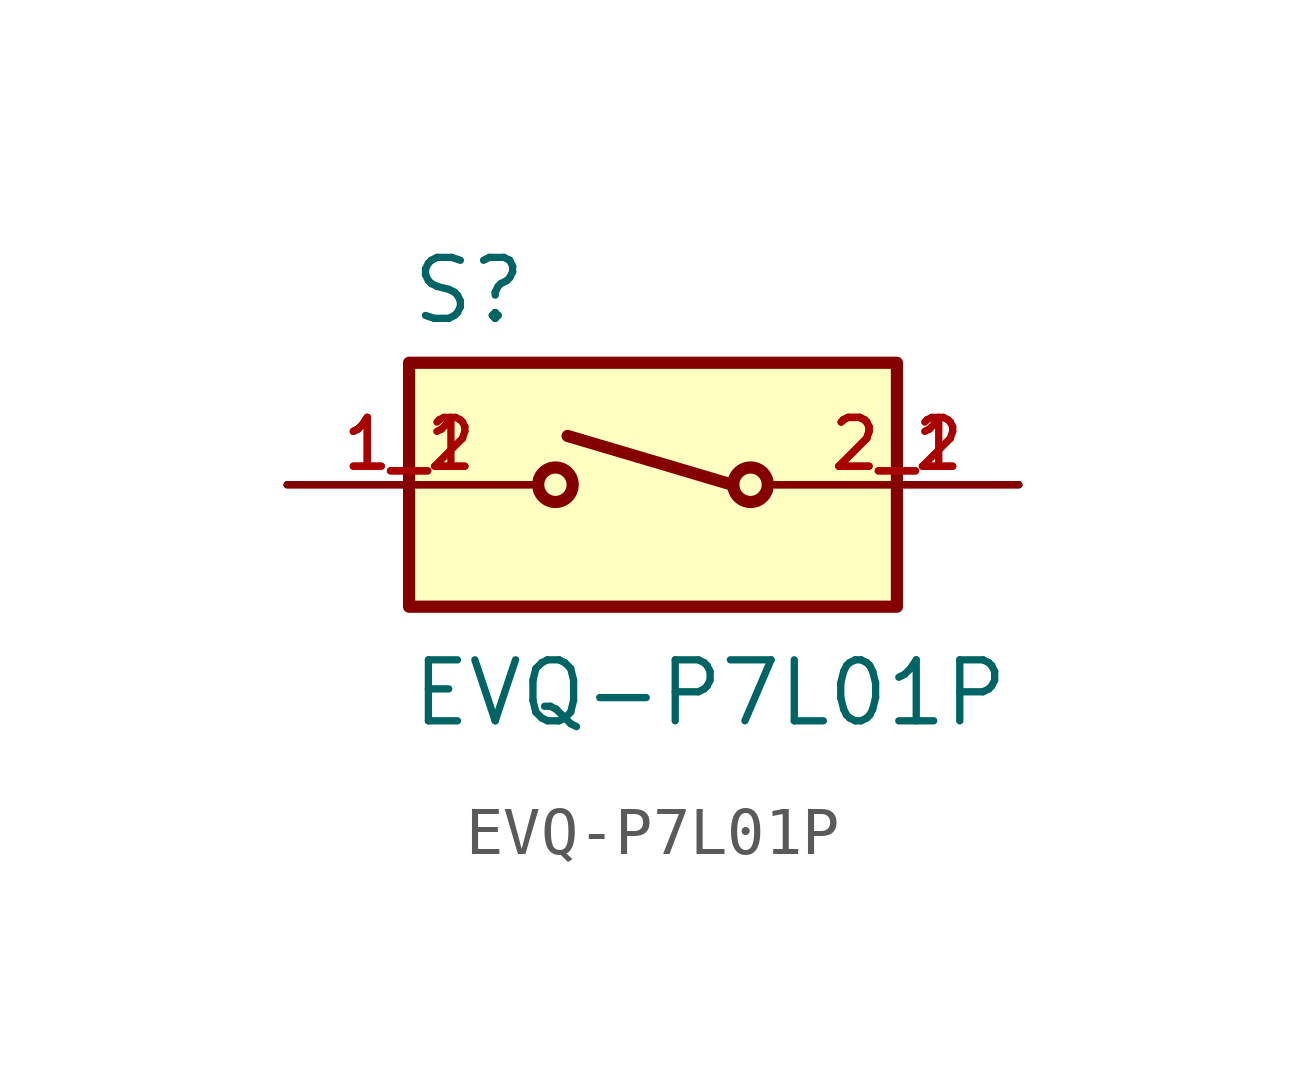
<source format=kicad_sym>
(kicad_symbol_lib
  (version 20211014)
  (generator kicad_symbol_editor)
  (symbol "EVQ-P7L01P"
    (pin_names
      (offset 1.016))
    (property "Reference" "S"
      (at -5.08 3.302 0)
      (effects (font (size 1.27 1.27)) (justify bottom left)))
    (property "Value" "EVQ-P7L01P"
      (at -5.08 -5.08 0)
      (effects (font (size 1.27 1.27)) (justify bottom left)))
    (symbol "EVQ-P7L01P_0_0"
      (circle (center -2.032 0.0) (radius 0.359) (stroke (width 0.254)) (fill (type none)))
      (circle (center 2.032 0.0) (radius 0.359) (stroke (width 0.254)) (fill (type none)))
      (polyline (pts (xy 1.651 0.0) (xy -1.778 1.016)) (stroke (width 0.254)))
      (rectangle (start -5.08 -2.54) (end 5.08 2.54) (stroke (width 0.254)) (fill (type background)))
      (pin passive line (at -7.62 0.0 0) (length 5.08) (name "~" (effects (font (size 1.016 1.016)))) (number "1_1" (effects (font (size 1.016 1.016)))))
      (pin passive line (at -7.62 0.0 0) (length 5.08) (name "~" (effects (font (size 1.016 1.016)))) (number "1_2" (effects (font (size 1.016 1.016)))))
      (pin passive line (at 7.62 0.0 180.0) (length 5.08) (name "~" (effects (font (size 1.016 1.016)))) (number "2_1" (effects (font (size 1.016 1.016)))))
      (pin passive line (at 7.62 0.0 180.0) (length 5.08) (name "~" (effects (font (size 1.016 1.016)))) (number "2_2" (effects (font (size 1.016 1.016))))))))
</source>
